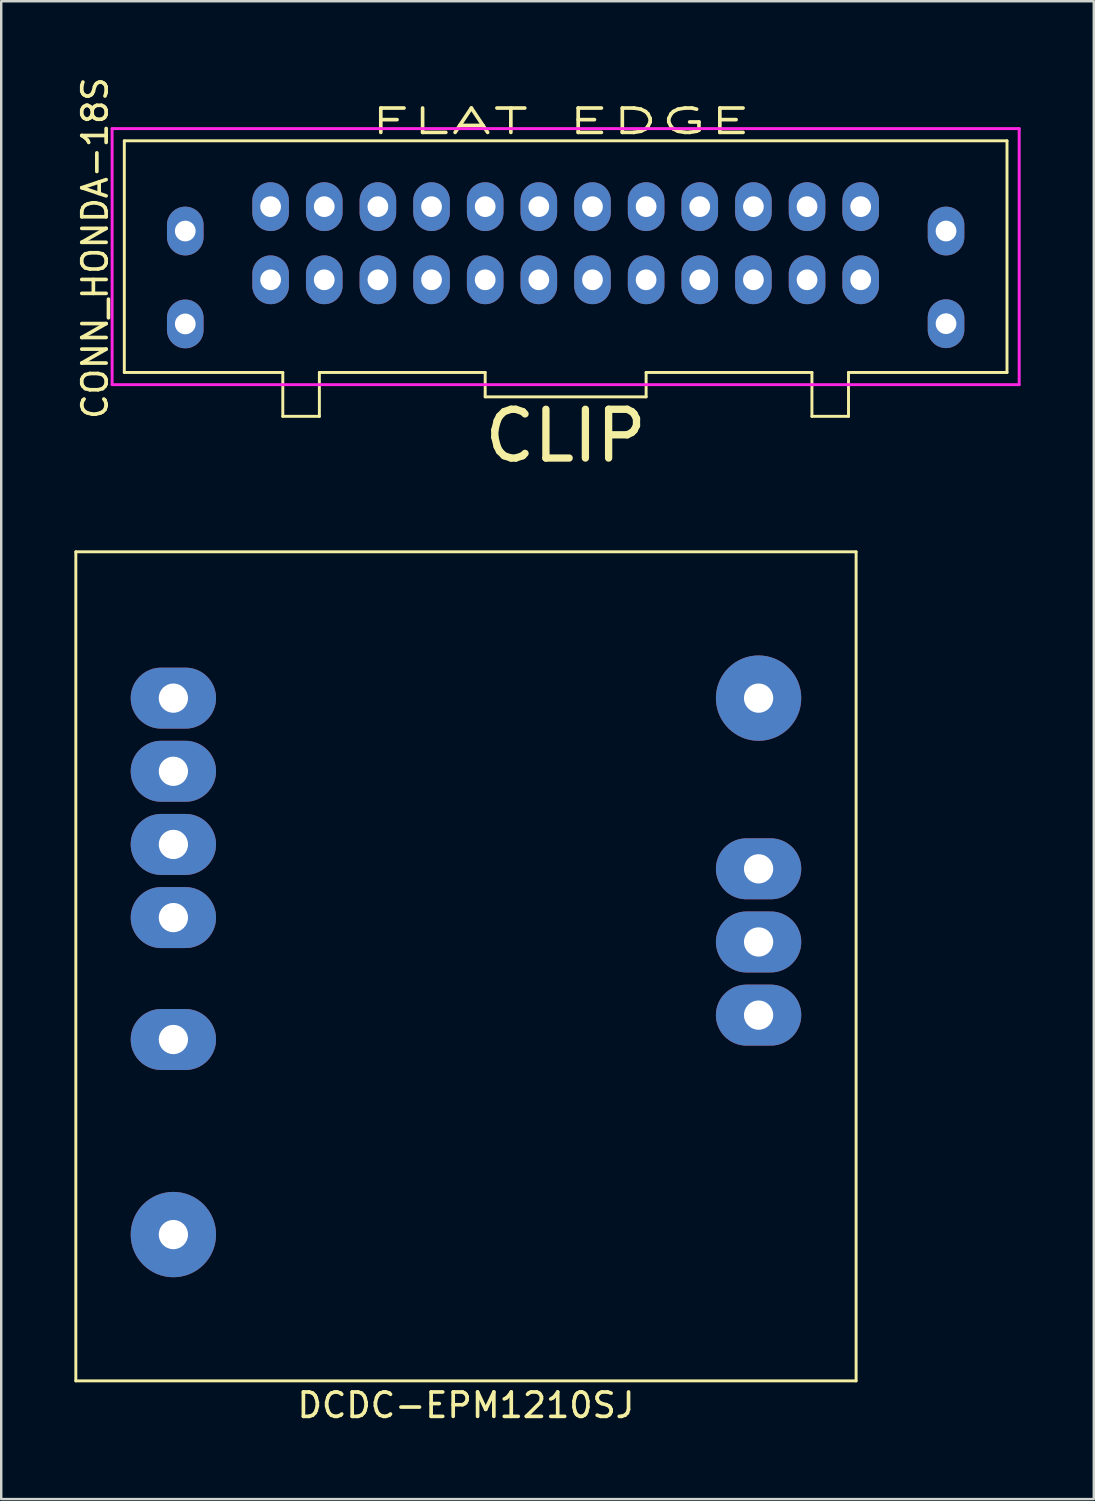
<source format=kicad_pcb>
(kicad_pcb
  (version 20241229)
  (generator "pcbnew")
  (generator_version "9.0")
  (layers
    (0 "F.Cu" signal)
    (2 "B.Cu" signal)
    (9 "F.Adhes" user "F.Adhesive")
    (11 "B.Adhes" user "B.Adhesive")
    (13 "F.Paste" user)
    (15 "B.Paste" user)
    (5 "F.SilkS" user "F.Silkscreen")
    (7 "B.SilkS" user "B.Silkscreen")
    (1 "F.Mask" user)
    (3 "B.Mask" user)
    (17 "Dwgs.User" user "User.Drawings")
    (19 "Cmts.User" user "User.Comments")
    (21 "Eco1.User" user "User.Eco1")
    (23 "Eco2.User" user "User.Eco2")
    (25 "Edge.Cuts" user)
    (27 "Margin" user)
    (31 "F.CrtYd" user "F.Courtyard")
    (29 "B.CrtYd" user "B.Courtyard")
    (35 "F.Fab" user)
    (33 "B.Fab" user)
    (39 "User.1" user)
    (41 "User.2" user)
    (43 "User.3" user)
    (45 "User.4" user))
  (footprint "CONN_HONDA-18S"
    (layer "F.Cu")
    (at 15.748 6.925)
    (property "Reference" "CONN_HONDA-18S" (at -14.9 0.2 90) (layer "F.SilkS") (effects (font (size 1 1) (thickness 0.15))))
    (attr through_hole)
    (fp_line (start -13.7 -4.2) (end -13.7 5.3) (stroke (width 0.12) (type solid)) (layer "F.SilkS"))
    (fp_line (start -13.7 -4.2) (end 22.5 -4.2) (stroke (width 0.12) (type solid)) (layer "F.SilkS"))
    (fp_line (start -13.7 5.3) (end -7.2 5.3) (stroke (width 0.12) (type solid)) (layer "F.SilkS"))
    (fp_line (start -7.2 5.3) (end -7.2 7.1) (stroke (width 0.12) (type solid)) (layer "F.SilkS"))
    (fp_line (start -7.2 7.1) (end -5.7 7.1) (stroke (width 0.12) (type solid)) (layer "F.SilkS"))
    (fp_line (start -5.7 5.3) (end 1.1 5.3) (stroke (width 0.12) (type solid)) (layer "F.SilkS"))
    (fp_line (start -5.7 7.1) (end -5.7 5.3) (stroke (width 0.12) (type solid)) (layer "F.SilkS"))
    (fp_line (start 1.1 5.3) (end 1.1 6.3) (stroke (width 0.12) (type solid)) (layer "F.SilkS"))
    (fp_line (start 1.1 6.3) (end 7.7 6.3) (stroke (width 0.12) (type solid)) (layer "F.SilkS"))
    (fp_line (start 7.7 6.3) (end 7.7 5.3) (stroke (width 0.12) (type solid)) (layer "F.SilkS"))
    (fp_line (start 14.5 5.3) (end 7.7 5.3) (stroke (width 0.12) (type solid)) (layer "F.SilkS"))
    (fp_line (start 14.5 7.1) (end 14.5 5.3) (stroke (width 0.12) (type solid)) (layer "F.SilkS"))
    (fp_line (start 16 5.3) (end 16 7.1) (stroke (width 0.12) (type solid)) (layer "F.SilkS"))
    (fp_line (start 16 7.1) (end 14.5 7.1) (stroke (width 0.12) (type solid)) (layer "F.SilkS"))
    (fp_line (start 22.5 -4.2) (end 22.5 5.3) (stroke (width 0.12) (type solid)) (layer "F.SilkS"))
    (fp_line (start 22.5 5.3) (end 16 5.3) (stroke (width 0.12) (type solid)) (layer "F.SilkS"))
    (fp_line (start -14.2 -4.7) (end -14.2 5.8) (stroke (width 0.12) (type solid)) (layer "F.CrtYd"))
    (fp_line (start -14.2 5.8) (end 23 5.8) (stroke (width 0.12) (type solid)) (layer "F.CrtYd"))
    (fp_line (start 23 -4.7) (end -14.2 -4.7) (stroke (width 0.12) (type solid)) (layer "F.CrtYd"))
    (fp_line (start 23 5.8) (end 23 -4.7) (stroke (width 0.12) (type solid)) (layer "F.CrtYd"))
    (fp_text user "CLIP" (at 4.4 7.9 0) (layer "F.SilkS") (effects (font (size 2 2) (thickness 0.3))))
    (fp_text user "FLAT EDGE" (at 4.2 -5 0) (layer "F.SilkS") (effects (font (size 1 2) (thickness 0.15))))
    (pad "0" thru_hole oval (at -11.2 3.31) (size 1.5 2) (drill 0.85) (layers "*.Cu" "*.Mask"))
    (pad "1" thru_hole oval (at -11.2 -0.5) (size 1.5 2) (drill 0.85) (layers "*.Cu" "*.Mask"))
    (pad "2" thru_hole oval (at -7.7 1.5) (size 1.5 2) (drill 0.85) (layers "*.Cu" "*.Mask"))
    (pad "3" thru_hole oval (at -7.7 -1.5) (size 1.5 2) (drill 0.85) (layers "*.Cu" "*.Mask"))
    (pad "4" thru_hole oval (at -5.5 1.5) (size 1.5 2) (drill 0.85) (layers "*.Cu" "*.Mask"))
    (pad "5" thru_hole oval (at -5.5 -1.5) (size 1.5 2) (drill 0.85) (layers "*.Cu" "*.Mask"))
    (pad "6" thru_hole oval (at -3.3 1.5) (size 1.5 2) (drill 0.85) (layers "*.Cu" "*.Mask"))
    (pad "7" thru_hole oval (at -3.3 -1.5) (size 1.5 2) (drill 0.85) (layers "*.Cu" "*.Mask"))
    (pad "8" thru_hole oval (at -1.1 1.5) (size 1.5 2) (drill 0.85) (layers "*.Cu" "*.Mask"))
    (pad "9" thru_hole oval (at -1.1 -1.5) (size 1.5 2) (drill 0.85) (layers "*.Cu" "*.Mask"))
    (pad "10" thru_hole oval (at 1.1 1.5) (size 1.5 2) (drill 0.85) (layers "*.Cu" "*.Mask"))
    (pad "11" thru_hole oval (at 1.1 -1.5) (size 1.5 2) (drill 0.85) (layers "*.Cu" "*.Mask"))
    (pad "12" thru_hole oval (at 3.3 1.5) (size 1.5 2) (drill 0.85) (layers "*.Cu" "*.Mask"))
    (pad "13" thru_hole oval (at 3.3 -1.5) (size 1.5 2) (drill 0.85) (layers "*.Cu" "*.Mask"))
    (pad "14" thru_hole oval (at 5.5 1.5) (size 1.5 2) (drill 0.85) (layers "*.Cu" "*.Mask"))
    (pad "15" thru_hole oval (at 5.5 -1.5) (size 1.5 2) (drill 0.85) (layers "*.Cu" "*.Mask"))
    (pad "16" thru_hole oval (at 7.7 1.5) (size 1.5 2) (drill 0.85) (layers "*.Cu" "*.Mask"))
    (pad "17" thru_hole oval (at 7.7 -1.5) (size 1.5 2) (drill 0.85) (layers "*.Cu" "*.Mask"))
    (pad "18" thru_hole oval (at 9.9 1.5) (size 1.5 2) (drill 0.85) (layers "*.Cu" "*.Mask"))
    (pad "19" thru_hole oval (at 9.9 -1.5) (size 1.5 2) (drill 0.85) (layers "*.Cu" "*.Mask"))
    (pad "20" thru_hole oval (at 12.1 1.5) (size 1.5 2) (drill 0.85) (layers "*.Cu" "*.Mask"))
    (pad "21" thru_hole oval (at 12.1 -1.5) (size 1.5 2) (drill 0.85) (layers "*.Cu" "*.Mask"))
    (pad "22" thru_hole oval (at 14.3 1.5) (size 1.5 2) (drill 0.85) (layers "*.Cu" "*.Mask"))
    (pad "23" thru_hole oval (at 14.3 -1.5) (size 1.5 2) (drill 0.85) (layers "*.Cu" "*.Mask"))
    (pad "24" thru_hole oval (at 16.5 1.5) (size 1.5 2) (drill 0.85) (layers "*.Cu" "*.Mask"))
    (pad "25" thru_hole oval (at 16.5 -1.5) (size 1.5 2) (drill 0.85) (layers "*.Cu" "*.Mask"))
    (pad "26" thru_hole oval (at 20 3.3) (size 1.5 2) (drill 0.85) (layers "*.Cu" "*.Mask"))
    (pad "27" thru_hole oval (at 20 -0.5) (size 1.5 2) (drill 0.85) (layers "*.Cu" "*.Mask")))
  (footprint "DCDC-EPM1210SJ"
    (layer "F.Cu")
    (at 16.06 36.581)
    (property "Reference" "DCDC-EPM1210SJ" (at 0 18 0) (layer "F.SilkS") (effects (font (size 1 1) (thickness 0.15))))
    (attr through_hole)
    (fp_line (start -16 -17) (end -16 17) (stroke (width 0.12) (type solid)) (layer "F.SilkS"))
    (fp_line (start -16 17) (end 16 17) (stroke (width 0.12) (type solid)) (layer "F.SilkS"))
    (fp_line (start 16 -17) (end -16 -17) (stroke (width 0.12) (type solid)) (layer "F.SilkS"))
    (fp_line (start 16 17) (end 16 -17) (stroke (width 0.12) (type solid)) (layer "F.SilkS"))
    (pad "4" thru_hole oval (at 12 2) (size 3.5 2.5) (drill 1.2) (layers "*.Cu" "*.Mask"))
    (pad "5" thru_hole oval (at 12 -1) (size 3.5 2.5) (drill 1.2) (layers "*.Cu" "*.Mask"))
    (pad "6" thru_hole oval (at 12 -4) (size 3.5 2.5) (drill 1.2) (layers "*.Cu" "*.Mask"))
    (pad "7" thru_hole circle (at 12 -11) (size 3.5 3.5) (drill 1.2) (layers "*.Cu" "*.Mask"))
    (pad "8" thru_hole oval (at -12 -11) (size 3.5 2.5) (drill 1.2) (layers "*.Cu" "*.Mask"))
    (pad "9" thru_hole oval (at -12 -8) (size 3.5 2.5) (drill 1.2) (layers "*.Cu" "*.Mask"))
    (pad "10" thru_hole oval (at -12 -5) (size 3.5 2.5) (drill 1.2) (layers "*.Cu" "*.Mask"))
    (pad "11" thru_hole oval (at -12 -2) (size 3.5 2.5) (drill 1.2) (layers "*.Cu" "*.Mask"))
    (pad "12" thru_hole oval (at -12 3) (size 3.5 2.5) (drill 1.2) (layers "*.Cu" "*.Mask"))
    (pad "14" thru_hole circle (at -12 11) (size 3.5 3.5) (drill 1.2) (layers "*.Cu" "*.Mask")))
  (gr_rect
    (start -3 -3)
    (end 41.808 58.43)
    (stroke (width 0.1) (type default))
    (fill no)
    (layer "Edge.Cuts")))
</source>
